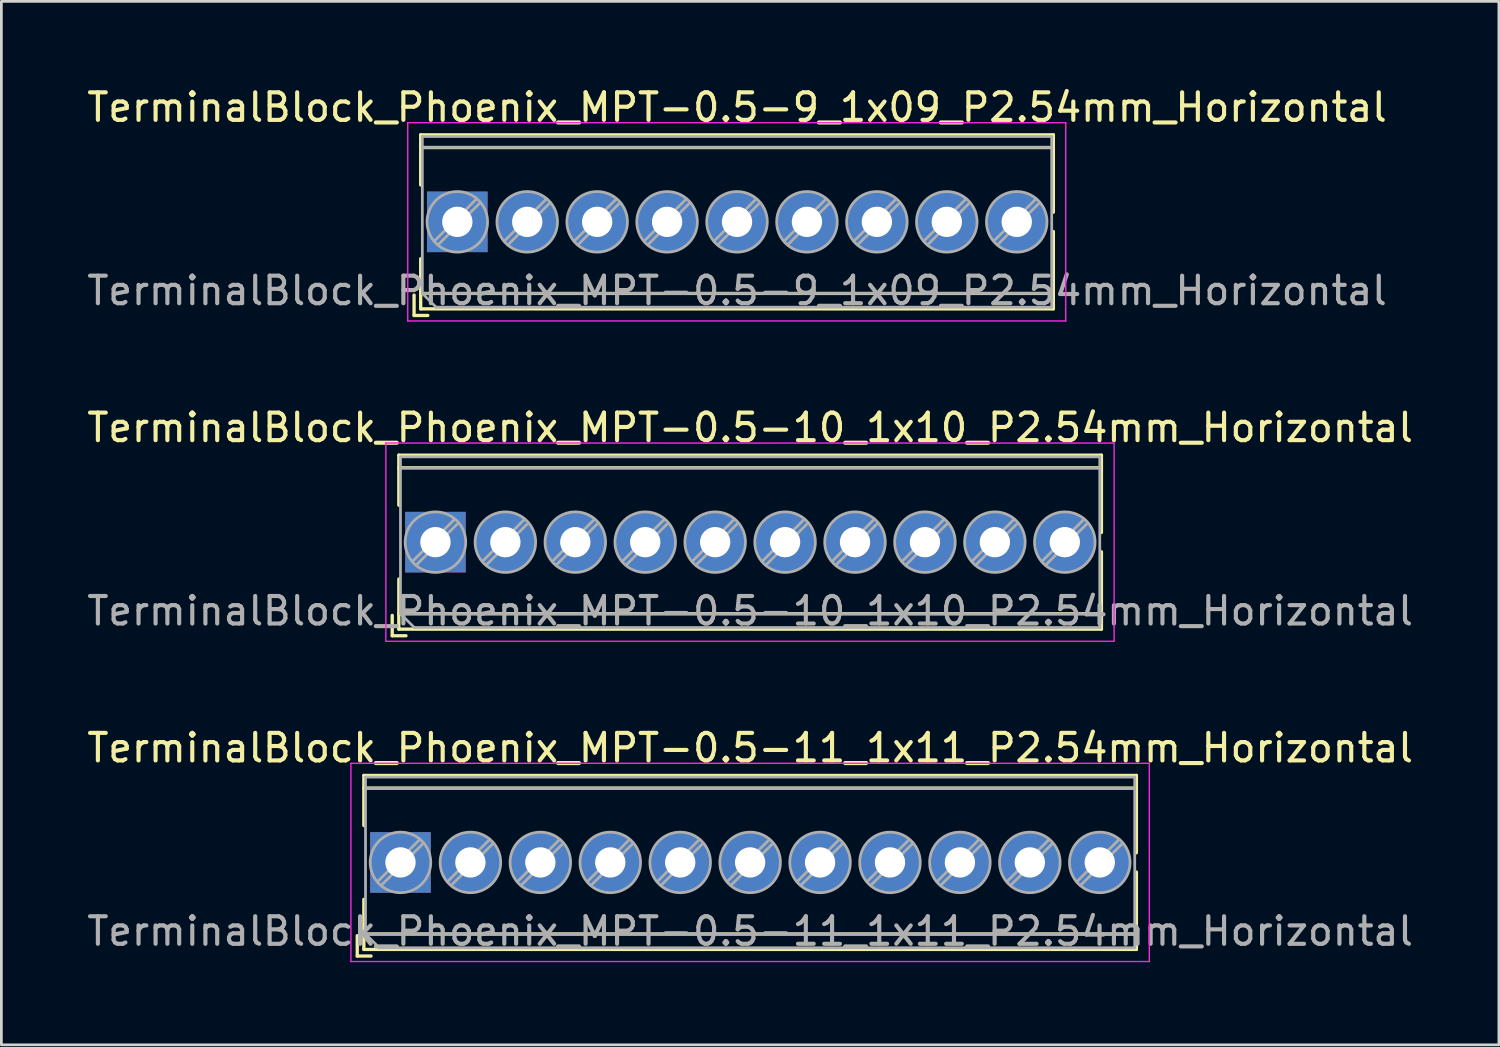
<source format=kicad_pcb>
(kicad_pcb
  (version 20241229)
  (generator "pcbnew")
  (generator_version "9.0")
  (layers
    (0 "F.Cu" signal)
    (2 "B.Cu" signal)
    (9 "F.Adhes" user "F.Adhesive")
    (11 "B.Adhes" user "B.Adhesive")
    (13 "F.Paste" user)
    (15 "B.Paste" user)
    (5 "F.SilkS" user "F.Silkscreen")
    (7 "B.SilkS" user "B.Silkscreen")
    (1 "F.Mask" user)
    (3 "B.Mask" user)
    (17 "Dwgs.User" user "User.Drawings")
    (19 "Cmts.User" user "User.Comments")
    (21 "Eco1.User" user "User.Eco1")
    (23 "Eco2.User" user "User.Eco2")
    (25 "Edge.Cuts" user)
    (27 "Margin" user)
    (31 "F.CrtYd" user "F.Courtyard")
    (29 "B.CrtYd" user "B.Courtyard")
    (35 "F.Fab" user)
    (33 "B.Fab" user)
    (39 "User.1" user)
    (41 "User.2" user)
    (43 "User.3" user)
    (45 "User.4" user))
  (footprint "TerminalBlock_Phoenix_MPT-0.5-11_1x11_P2.54mm_Horizontal"
    (layer "F.Cu")
    (at 11.496 28.275)
    (property "Reference" "TerminalBlock_Phoenix_MPT-0.5-11_1x11_P2.54mm_Horizontal" (at 12.7 -4.16 0) (layer "F.SilkS") (effects (font (size 1 1) (thickness 0.15))))
    (attr through_hole)
    (fp_line (start -1.57 2.66) (end -1.57 3.4) (stroke (width 0.12) (type solid)) (layer "F.SilkS"))
    (fp_line (start -1.57 3.4) (end -1.07 3.4) (stroke (width 0.12) (type solid)) (layer "F.SilkS"))
    (fp_line (start -1.33 -3.16) (end -1.33 -1.34) (stroke (width 0.12) (type solid)) (layer "F.SilkS"))
    (fp_line (start -1.33 -3.16) (end 26.73 -3.16) (stroke (width 0.12) (type solid)) (layer "F.SilkS"))
    (fp_line (start -1.33 -2.7) (end 26.73 -2.7) (stroke (width 0.12) (type solid)) (layer "F.SilkS"))
    (fp_line (start -1.33 1.34) (end -1.33 3.16) (stroke (width 0.12) (type solid)) (layer "F.SilkS"))
    (fp_line (start -1.33 2.6) (end 26.73 2.6) (stroke (width 0.12) (type solid)) (layer "F.SilkS"))
    (fp_line (start -1.33 3.16) (end 26.73 3.16) (stroke (width 0.12) (type solid)) (layer "F.SilkS"))
    (fp_line (start 26.73 -3.16) (end 26.73 -0.35) (stroke (width 0.12) (type solid)) (layer "F.SilkS"))
    (fp_line (start 26.73 0.35) (end 26.73 3.16) (stroke (width 0.12) (type solid)) (layer "F.SilkS"))
    (fp_line (start -1.8 -3.6) (end -1.8 3.6) (stroke (width 0.05) (type solid)) (layer "F.CrtYd"))
    (fp_line (start -1.8 3.6) (end 27.2 3.6) (stroke (width 0.05) (type solid)) (layer "F.CrtYd"))
    (fp_line (start 27.2 -3.6) (end -1.8 -3.6) (stroke (width 0.05) (type solid)) (layer "F.CrtYd"))
    (fp_line (start 27.2 3.6) (end 27.2 -3.6) (stroke (width 0.05) (type solid)) (layer "F.CrtYd"))
    (fp_line (start -1.27 -3.1) (end 26.67 -3.1) (stroke (width 0.1) (type solid)) (layer "F.Fab"))
    (fp_line (start -1.27 -2.7) (end 26.67 -2.7) (stroke (width 0.1) (type solid)) (layer "F.Fab"))
    (fp_line (start -1.27 2.6) (end -1.27 -3.1) (stroke (width 0.1) (type solid)) (layer "F.Fab"))
    (fp_line (start -1.27 2.6) (end 26.67 2.6) (stroke (width 0.1) (type solid)) (layer "F.Fab"))
    (fp_line (start -0.77 3.1) (end -1.27 2.6) (stroke (width 0.1) (type solid)) (layer "F.Fab"))
    (fp_line (start 0.701 -0.835) (end -0.835 0.7) (stroke (width 0.1) (type solid)) (layer "F.Fab"))
    (fp_line (start 0.835 -0.7) (end -0.701 0.835) (stroke (width 0.1) (type solid)) (layer "F.Fab"))
    (fp_line (start 3.241 -0.835) (end 1.706 0.7) (stroke (width 0.1) (type solid)) (layer "F.Fab"))
    (fp_line (start 3.375 -0.7) (end 1.84 0.835) (stroke (width 0.1) (type solid)) (layer "F.Fab"))
    (fp_line (start 5.781 -0.835) (end 4.246 0.7) (stroke (width 0.1) (type solid)) (layer "F.Fab"))
    (fp_line (start 5.915 -0.7) (end 4.38 0.835) (stroke (width 0.1) (type solid)) (layer "F.Fab"))
    (fp_line (start 8.321 -0.835) (end 6.786 0.7) (stroke (width 0.1) (type solid)) (layer "F.Fab"))
    (fp_line (start 8.455 -0.7) (end 6.92 0.835) (stroke (width 0.1) (type solid)) (layer "F.Fab"))
    (fp_line (start 10.861 -0.835) (end 9.326 0.7) (stroke (width 0.1) (type solid)) (layer "F.Fab"))
    (fp_line (start 10.995 -0.7) (end 9.46 0.835) (stroke (width 0.1) (type solid)) (layer "F.Fab"))
    (fp_line (start 13.401 -0.835) (end 11.866 0.7) (stroke (width 0.1) (type solid)) (layer "F.Fab"))
    (fp_line (start 13.535 -0.7) (end 12 0.835) (stroke (width 0.1) (type solid)) (layer "F.Fab"))
    (fp_line (start 15.941 -0.835) (end 14.406 0.7) (stroke (width 0.1) (type solid)) (layer "F.Fab"))
    (fp_line (start 16.075 -0.7) (end 14.54 0.835) (stroke (width 0.1) (type solid)) (layer "F.Fab"))
    (fp_line (start 18.481 -0.835) (end 16.946 0.7) (stroke (width 0.1) (type solid)) (layer "F.Fab"))
    (fp_line (start 18.615 -0.7) (end 17.08 0.835) (stroke (width 0.1) (type solid)) (layer "F.Fab"))
    (fp_line (start 21.021 -0.835) (end 19.486 0.7) (stroke (width 0.1) (type solid)) (layer "F.Fab"))
    (fp_line (start 21.155 -0.7) (end 19.62 0.835) (stroke (width 0.1) (type solid)) (layer "F.Fab"))
    (fp_line (start 23.561 -0.835) (end 22.026 0.7) (stroke (width 0.1) (type solid)) (layer "F.Fab"))
    (fp_line (start 23.695 -0.7) (end 22.16 0.835) (stroke (width 0.1) (type solid)) (layer "F.Fab"))
    (fp_line (start 26.101 -0.835) (end 24.566 0.7) (stroke (width 0.1) (type solid)) (layer "F.Fab"))
    (fp_line (start 26.235 -0.7) (end 24.7 0.835) (stroke (width 0.1) (type solid)) (layer "F.Fab"))
    (fp_line (start 26.67 -3.1) (end 26.67 3.1) (stroke (width 0.1) (type solid)) (layer "F.Fab"))
    (fp_line (start 26.67 3.1) (end -0.77 3.1) (stroke (width 0.1) (type solid)) (layer "F.Fab"))
    (fp_circle (center 0 0) (end 1.1 0) (stroke (width 0.1) (type solid)) (fill no) (layer "F.Fab"))
    (fp_circle (center 2.54 0) (end 3.64 0) (stroke (width 0.1) (type solid)) (fill no) (layer "F.Fab"))
    (fp_circle (center 5.08 0) (end 6.18 0) (stroke (width 0.1) (type solid)) (fill no) (layer "F.Fab"))
    (fp_circle (center 7.62 0) (end 8.72 0) (stroke (width 0.1) (type solid)) (fill no) (layer "F.Fab"))
    (fp_circle (center 10.16 0) (end 11.26 0) (stroke (width 0.1) (type solid)) (fill no) (layer "F.Fab"))
    (fp_circle (center 12.7 0) (end 13.8 0) (stroke (width 0.1) (type solid)) (fill no) (layer "F.Fab"))
    (fp_circle (center 15.24 0) (end 16.34 0) (stroke (width 0.1) (type solid)) (fill no) (layer "F.Fab"))
    (fp_circle (center 17.78 0) (end 18.88 0) (stroke (width 0.1) (type solid)) (fill no) (layer "F.Fab"))
    (fp_circle (center 20.32 0) (end 21.42 0) (stroke (width 0.1) (type solid)) (fill no) (layer "F.Fab"))
    (fp_circle (center 22.86 0) (end 23.96 0) (stroke (width 0.1) (type solid)) (fill no) (layer "F.Fab"))
    (fp_circle (center 25.4 0) (end 26.5 0) (stroke (width 0.1) (type solid)) (fill no) (layer "F.Fab"))
    (fp_text user "${REFERENCE}" (at 12.7 2.5 0) (layer "F.Fab") (effects (font (size 1 1) (thickness 0.15))))
    (pad "1" thru_hole rect (at 0 0) (size 2.2 2.2) (drill 1.1) (layers "*.Cu" "*.Mask"))
    (pad "2" thru_hole circle (at 2.54 0) (size 2.2 2.2) (drill 1.1) (layers "*.Cu" "*.Mask"))
    (pad "3" thru_hole circle (at 5.08 0) (size 2.2 2.2) (drill 1.1) (layers "*.Cu" "*.Mask"))
    (pad "4" thru_hole circle (at 7.62 0) (size 2.2 2.2) (drill 1.1) (layers "*.Cu" "*.Mask"))
    (pad "5" thru_hole circle (at 10.16 0) (size 2.2 2.2) (drill 1.1) (layers "*.Cu" "*.Mask"))
    (pad "6" thru_hole circle (at 12.7 0) (size 2.2 2.2) (drill 1.1) (layers "*.Cu" "*.Mask"))
    (pad "7" thru_hole circle (at 15.24 0) (size 2.2 2.2) (drill 1.1) (layers "*.Cu" "*.Mask"))
    (pad "8" thru_hole circle (at 17.78 0) (size 2.2 2.2) (drill 1.1) (layers "*.Cu" "*.Mask"))
    (pad "9" thru_hole circle (at 20.32 0) (size 2.2 2.2) (drill 1.1) (layers "*.Cu" "*.Mask"))
    (pad "10" thru_hole circle (at 22.86 0) (size 2.2 2.2) (drill 1.1) (layers "*.Cu" "*.Mask"))
    (pad "11" thru_hole circle (at 25.4 0) (size 2.2 2.2) (drill 1.1) (layers "*.Cu" "*.Mask")))
  (footprint "TerminalBlock_Phoenix_MPT-0.5-9_1x09_P2.54mm_Horizontal"
    (layer "F.Cu")
    (at 13.56 5.008)
    (property "Reference" "TerminalBlock_Phoenix_MPT-0.5-9_1x09_P2.54mm_Horizontal" (at 10.16 -4.16 0) (layer "F.SilkS") (effects (font (size 1 1) (thickness 0.15))))
    (attr through_hole)
    (fp_line (start -1.57 2.66) (end -1.57 3.4) (stroke (width 0.12) (type solid)) (layer "F.SilkS"))
    (fp_line (start -1.57 3.4) (end -1.07 3.4) (stroke (width 0.12) (type solid)) (layer "F.SilkS"))
    (fp_line (start -1.33 -3.16) (end -1.33 -1.34) (stroke (width 0.12) (type solid)) (layer "F.SilkS"))
    (fp_line (start -1.33 -3.16) (end 21.65 -3.16) (stroke (width 0.12) (type solid)) (layer "F.SilkS"))
    (fp_line (start -1.33 -2.7) (end 21.65 -2.7) (stroke (width 0.12) (type solid)) (layer "F.SilkS"))
    (fp_line (start -1.33 1.34) (end -1.33 3.16) (stroke (width 0.12) (type solid)) (layer "F.SilkS"))
    (fp_line (start -1.33 2.6) (end 21.65 2.6) (stroke (width 0.12) (type solid)) (layer "F.SilkS"))
    (fp_line (start -1.33 3.16) (end 21.65 3.16) (stroke (width 0.12) (type solid)) (layer "F.SilkS"))
    (fp_line (start 21.65 -3.16) (end 21.65 -0.35) (stroke (width 0.12) (type solid)) (layer "F.SilkS"))
    (fp_line (start 21.65 0.35) (end 21.65 3.16) (stroke (width 0.12) (type solid)) (layer "F.SilkS"))
    (fp_line (start -1.8 -3.6) (end -1.8 3.6) (stroke (width 0.05) (type solid)) (layer "F.CrtYd"))
    (fp_line (start -1.8 3.6) (end 22.1 3.6) (stroke (width 0.05) (type solid)) (layer "F.CrtYd"))
    (fp_line (start 22.1 -3.6) (end -1.8 -3.6) (stroke (width 0.05) (type solid)) (layer "F.CrtYd"))
    (fp_line (start 22.1 3.6) (end 22.1 -3.6) (stroke (width 0.05) (type solid)) (layer "F.CrtYd"))
    (fp_line (start -1.27 -3.1) (end 21.59 -3.1) (stroke (width 0.1) (type solid)) (layer "F.Fab"))
    (fp_line (start -1.27 -2.7) (end 21.59 -2.7) (stroke (width 0.1) (type solid)) (layer "F.Fab"))
    (fp_line (start -1.27 2.6) (end -1.27 -3.1) (stroke (width 0.1) (type solid)) (layer "F.Fab"))
    (fp_line (start -1.27 2.6) (end 21.59 2.6) (stroke (width 0.1) (type solid)) (layer "F.Fab"))
    (fp_line (start -0.77 3.1) (end -1.27 2.6) (stroke (width 0.1) (type solid)) (layer "F.Fab"))
    (fp_line (start 0.701 -0.835) (end -0.835 0.7) (stroke (width 0.1) (type solid)) (layer "F.Fab"))
    (fp_line (start 0.835 -0.7) (end -0.701 0.835) (stroke (width 0.1) (type solid)) (layer "F.Fab"))
    (fp_line (start 3.241 -0.835) (end 1.706 0.7) (stroke (width 0.1) (type solid)) (layer "F.Fab"))
    (fp_line (start 3.375 -0.7) (end 1.84 0.835) (stroke (width 0.1) (type solid)) (layer "F.Fab"))
    (fp_line (start 5.781 -0.835) (end 4.246 0.7) (stroke (width 0.1) (type solid)) (layer "F.Fab"))
    (fp_line (start 5.915 -0.7) (end 4.38 0.835) (stroke (width 0.1) (type solid)) (layer "F.Fab"))
    (fp_line (start 8.321 -0.835) (end 6.786 0.7) (stroke (width 0.1) (type solid)) (layer "F.Fab"))
    (fp_line (start 8.455 -0.7) (end 6.92 0.835) (stroke (width 0.1) (type solid)) (layer "F.Fab"))
    (fp_line (start 10.861 -0.835) (end 9.326 0.7) (stroke (width 0.1) (type solid)) (layer "F.Fab"))
    (fp_line (start 10.995 -0.7) (end 9.46 0.835) (stroke (width 0.1) (type solid)) (layer "F.Fab"))
    (fp_line (start 13.401 -0.835) (end 11.866 0.7) (stroke (width 0.1) (type solid)) (layer "F.Fab"))
    (fp_line (start 13.535 -0.7) (end 12 0.835) (stroke (width 0.1) (type solid)) (layer "F.Fab"))
    (fp_line (start 15.941 -0.835) (end 14.406 0.7) (stroke (width 0.1) (type solid)) (layer "F.Fab"))
    (fp_line (start 16.075 -0.7) (end 14.54 0.835) (stroke (width 0.1) (type solid)) (layer "F.Fab"))
    (fp_line (start 18.481 -0.835) (end 16.946 0.7) (stroke (width 0.1) (type solid)) (layer "F.Fab"))
    (fp_line (start 18.615 -0.7) (end 17.08 0.835) (stroke (width 0.1) (type solid)) (layer "F.Fab"))
    (fp_line (start 21.021 -0.835) (end 19.486 0.7) (stroke (width 0.1) (type solid)) (layer "F.Fab"))
    (fp_line (start 21.155 -0.7) (end 19.62 0.835) (stroke (width 0.1) (type solid)) (layer "F.Fab"))
    (fp_line (start 21.59 -3.1) (end 21.59 3.1) (stroke (width 0.1) (type solid)) (layer "F.Fab"))
    (fp_line (start 21.59 3.1) (end -0.77 3.1) (stroke (width 0.1) (type solid)) (layer "F.Fab"))
    (fp_circle (center 0 0) (end 1.1 0) (stroke (width 0.1) (type solid)) (fill no) (layer "F.Fab"))
    (fp_circle (center 2.54 0) (end 3.64 0) (stroke (width 0.1) (type solid)) (fill no) (layer "F.Fab"))
    (fp_circle (center 5.08 0) (end 6.18 0) (stroke (width 0.1) (type solid)) (fill no) (layer "F.Fab"))
    (fp_circle (center 7.62 0) (end 8.72 0) (stroke (width 0.1) (type solid)) (fill no) (layer "F.Fab"))
    (fp_circle (center 10.16 0) (end 11.26 0) (stroke (width 0.1) (type solid)) (fill no) (layer "F.Fab"))
    (fp_circle (center 12.7 0) (end 13.8 0) (stroke (width 0.1) (type solid)) (fill no) (layer "F.Fab"))
    (fp_circle (center 15.24 0) (end 16.34 0) (stroke (width 0.1) (type solid)) (fill no) (layer "F.Fab"))
    (fp_circle (center 17.78 0) (end 18.88 0) (stroke (width 0.1) (type solid)) (fill no) (layer "F.Fab"))
    (fp_circle (center 20.32 0) (end 21.42 0) (stroke (width 0.1) (type solid)) (fill no) (layer "F.Fab"))
    (fp_text user "${REFERENCE}" (at 10.16 2.5 0) (layer "F.Fab") (effects (font (size 1 1) (thickness 0.15))))
    (pad "1" thru_hole rect (at 0 0) (size 2.2 2.2) (drill 1.1) (layers "*.Cu" "*.Mask"))
    (pad "2" thru_hole circle (at 2.54 0) (size 2.2 2.2) (drill 1.1) (layers "*.Cu" "*.Mask"))
    (pad "3" thru_hole circle (at 5.08 0) (size 2.2 2.2) (drill 1.1) (layers "*.Cu" "*.Mask"))
    (pad "4" thru_hole circle (at 7.62 0) (size 2.2 2.2) (drill 1.1) (layers "*.Cu" "*.Mask"))
    (pad "5" thru_hole circle (at 10.16 0) (size 2.2 2.2) (drill 1.1) (layers "*.Cu" "*.Mask"))
    (pad "6" thru_hole circle (at 12.7 0) (size 2.2 2.2) (drill 1.1) (layers "*.Cu" "*.Mask"))
    (pad "7" thru_hole circle (at 15.24 0) (size 2.2 2.2) (drill 1.1) (layers "*.Cu" "*.Mask"))
    (pad "8" thru_hole circle (at 17.78 0) (size 2.2 2.2) (drill 1.1) (layers "*.Cu" "*.Mask"))
    (pad "9" thru_hole circle (at 20.32 0) (size 2.2 2.2) (drill 1.1) (layers "*.Cu" "*.Mask")))
  (footprint "TerminalBlock_Phoenix_MPT-0.5-10_1x10_P2.54mm_Horizontal"
    (layer "F.Cu")
    (at 12.766 16.642)
    (property "Reference" "TerminalBlock_Phoenix_MPT-0.5-10_1x10_P2.54mm_Horizontal" (at 11.43 -4.16 0) (layer "F.SilkS") (effects (font (size 1 1) (thickness 0.15))))
    (attr through_hole)
    (fp_line (start -1.57 2.66) (end -1.57 3.4) (stroke (width 0.12) (type solid)) (layer "F.SilkS"))
    (fp_line (start -1.57 3.4) (end -1.07 3.4) (stroke (width 0.12) (type solid)) (layer "F.SilkS"))
    (fp_line (start -1.33 -3.16) (end -1.33 -1.34) (stroke (width 0.12) (type solid)) (layer "F.SilkS"))
    (fp_line (start -1.33 -3.16) (end 24.19 -3.16) (stroke (width 0.12) (type solid)) (layer "F.SilkS"))
    (fp_line (start -1.33 -2.7) (end 24.19 -2.7) (stroke (width 0.12) (type solid)) (layer "F.SilkS"))
    (fp_line (start -1.33 1.34) (end -1.33 3.16) (stroke (width 0.12) (type solid)) (layer "F.SilkS"))
    (fp_line (start -1.33 2.6) (end 24.19 2.6) (stroke (width 0.12) (type solid)) (layer "F.SilkS"))
    (fp_line (start -1.33 3.16) (end 24.19 3.16) (stroke (width 0.12) (type solid)) (layer "F.SilkS"))
    (fp_line (start 24.19 -3.16) (end 24.19 -0.35) (stroke (width 0.12) (type solid)) (layer "F.SilkS"))
    (fp_line (start 24.19 0.35) (end 24.19 3.16) (stroke (width 0.12) (type solid)) (layer "F.SilkS"))
    (fp_line (start -1.8 -3.6) (end -1.8 3.6) (stroke (width 0.05) (type solid)) (layer "F.CrtYd"))
    (fp_line (start -1.8 3.6) (end 24.65 3.6) (stroke (width 0.05) (type solid)) (layer "F.CrtYd"))
    (fp_line (start 24.65 -3.6) (end -1.8 -3.6) (stroke (width 0.05) (type solid)) (layer "F.CrtYd"))
    (fp_line (start 24.65 3.6) (end 24.65 -3.6) (stroke (width 0.05) (type solid)) (layer "F.CrtYd"))
    (fp_line (start -1.27 -3.1) (end 24.13 -3.1) (stroke (width 0.1) (type solid)) (layer "F.Fab"))
    (fp_line (start -1.27 -2.7) (end 24.13 -2.7) (stroke (width 0.1) (type solid)) (layer "F.Fab"))
    (fp_line (start -1.27 2.6) (end -1.27 -3.1) (stroke (width 0.1) (type solid)) (layer "F.Fab"))
    (fp_line (start -1.27 2.6) (end 24.13 2.6) (stroke (width 0.1) (type solid)) (layer "F.Fab"))
    (fp_line (start -0.77 3.1) (end -1.27 2.6) (stroke (width 0.1) (type solid)) (layer "F.Fab"))
    (fp_line (start 0.701 -0.835) (end -0.835 0.7) (stroke (width 0.1) (type solid)) (layer "F.Fab"))
    (fp_line (start 0.835 -0.7) (end -0.701 0.835) (stroke (width 0.1) (type solid)) (layer "F.Fab"))
    (fp_line (start 3.241 -0.835) (end 1.706 0.7) (stroke (width 0.1) (type solid)) (layer "F.Fab"))
    (fp_line (start 3.375 -0.7) (end 1.84 0.835) (stroke (width 0.1) (type solid)) (layer "F.Fab"))
    (fp_line (start 5.781 -0.835) (end 4.246 0.7) (stroke (width 0.1) (type solid)) (layer "F.Fab"))
    (fp_line (start 5.915 -0.7) (end 4.38 0.835) (stroke (width 0.1) (type solid)) (layer "F.Fab"))
    (fp_line (start 8.321 -0.835) (end 6.786 0.7) (stroke (width 0.1) (type solid)) (layer "F.Fab"))
    (fp_line (start 8.455 -0.7) (end 6.92 0.835) (stroke (width 0.1) (type solid)) (layer "F.Fab"))
    (fp_line (start 10.861 -0.835) (end 9.326 0.7) (stroke (width 0.1) (type solid)) (layer "F.Fab"))
    (fp_line (start 10.995 -0.7) (end 9.46 0.835) (stroke (width 0.1) (type solid)) (layer "F.Fab"))
    (fp_line (start 13.401 -0.835) (end 11.866 0.7) (stroke (width 0.1) (type solid)) (layer "F.Fab"))
    (fp_line (start 13.535 -0.7) (end 12 0.835) (stroke (width 0.1) (type solid)) (layer "F.Fab"))
    (fp_line (start 15.941 -0.835) (end 14.406 0.7) (stroke (width 0.1) (type solid)) (layer "F.Fab"))
    (fp_line (start 16.075 -0.7) (end 14.54 0.835) (stroke (width 0.1) (type solid)) (layer "F.Fab"))
    (fp_line (start 18.481 -0.835) (end 16.946 0.7) (stroke (width 0.1) (type solid)) (layer "F.Fab"))
    (fp_line (start 18.615 -0.7) (end 17.08 0.835) (stroke (width 0.1) (type solid)) (layer "F.Fab"))
    (fp_line (start 21.021 -0.835) (end 19.486 0.7) (stroke (width 0.1) (type solid)) (layer "F.Fab"))
    (fp_line (start 21.155 -0.7) (end 19.62 0.835) (stroke (width 0.1) (type solid)) (layer "F.Fab"))
    (fp_line (start 23.561 -0.835) (end 22.026 0.7) (stroke (width 0.1) (type solid)) (layer "F.Fab"))
    (fp_line (start 23.695 -0.7) (end 22.16 0.835) (stroke (width 0.1) (type solid)) (layer "F.Fab"))
    (fp_line (start 24.13 -3.1) (end 24.13 3.1) (stroke (width 0.1) (type solid)) (layer "F.Fab"))
    (fp_line (start 24.13 3.1) (end -0.77 3.1) (stroke (width 0.1) (type solid)) (layer "F.Fab"))
    (fp_circle (center 0 0) (end 1.1 0) (stroke (width 0.1) (type solid)) (fill no) (layer "F.Fab"))
    (fp_circle (center 2.54 0) (end 3.64 0) (stroke (width 0.1) (type solid)) (fill no) (layer "F.Fab"))
    (fp_circle (center 5.08 0) (end 6.18 0) (stroke (width 0.1) (type solid)) (fill no) (layer "F.Fab"))
    (fp_circle (center 7.62 0) (end 8.72 0) (stroke (width 0.1) (type solid)) (fill no) (layer "F.Fab"))
    (fp_circle (center 10.16 0) (end 11.26 0) (stroke (width 0.1) (type solid)) (fill no) (layer "F.Fab"))
    (fp_circle (center 12.7 0) (end 13.8 0) (stroke (width 0.1) (type solid)) (fill no) (layer "F.Fab"))
    (fp_circle (center 15.24 0) (end 16.34 0) (stroke (width 0.1) (type solid)) (fill no) (layer "F.Fab"))
    (fp_circle (center 17.78 0) (end 18.88 0) (stroke (width 0.1) (type solid)) (fill no) (layer "F.Fab"))
    (fp_circle (center 20.32 0) (end 21.42 0) (stroke (width 0.1) (type solid)) (fill no) (layer "F.Fab"))
    (fp_circle (center 22.86 0) (end 23.96 0) (stroke (width 0.1) (type solid)) (fill no) (layer "F.Fab"))
    (fp_text user "${REFERENCE}" (at 11.43 2.5 0) (layer "F.Fab") (effects (font (size 1 1) (thickness 0.15))))
    (pad "1" thru_hole rect (at 0 0) (size 2.2 2.2) (drill 1.1) (layers "*.Cu" "*.Mask"))
    (pad "2" thru_hole circle (at 2.54 0) (size 2.2 2.2) (drill 1.1) (layers "*.Cu" "*.Mask"))
    (pad "3" thru_hole circle (at 5.08 0) (size 2.2 2.2) (drill 1.1) (layers "*.Cu" "*.Mask"))
    (pad "4" thru_hole circle (at 7.62 0) (size 2.2 2.2) (drill 1.1) (layers "*.Cu" "*.Mask"))
    (pad "5" thru_hole circle (at 10.16 0) (size 2.2 2.2) (drill 1.1) (layers "*.Cu" "*.Mask"))
    (pad "6" thru_hole circle (at 12.7 0) (size 2.2 2.2) (drill 1.1) (layers "*.Cu" "*.Mask"))
    (pad "7" thru_hole circle (at 15.24 0) (size 2.2 2.2) (drill 1.1) (layers "*.Cu" "*.Mask"))
    (pad "8" thru_hole circle (at 17.78 0) (size 2.2 2.2) (drill 1.1) (layers "*.Cu" "*.Mask"))
    (pad "9" thru_hole circle (at 20.32 0) (size 2.2 2.2) (drill 1.1) (layers "*.Cu" "*.Mask"))
    (pad "10" thru_hole circle (at 22.86 0) (size 2.2 2.2) (drill 1.1) (layers "*.Cu" "*.Mask")))
  (gr_rect
    (start -3 -3)
    (end 51.393 34.9)
    (stroke (width 0.1) (type default))
    (fill no)
    (layer "Edge.Cuts")))
</source>
